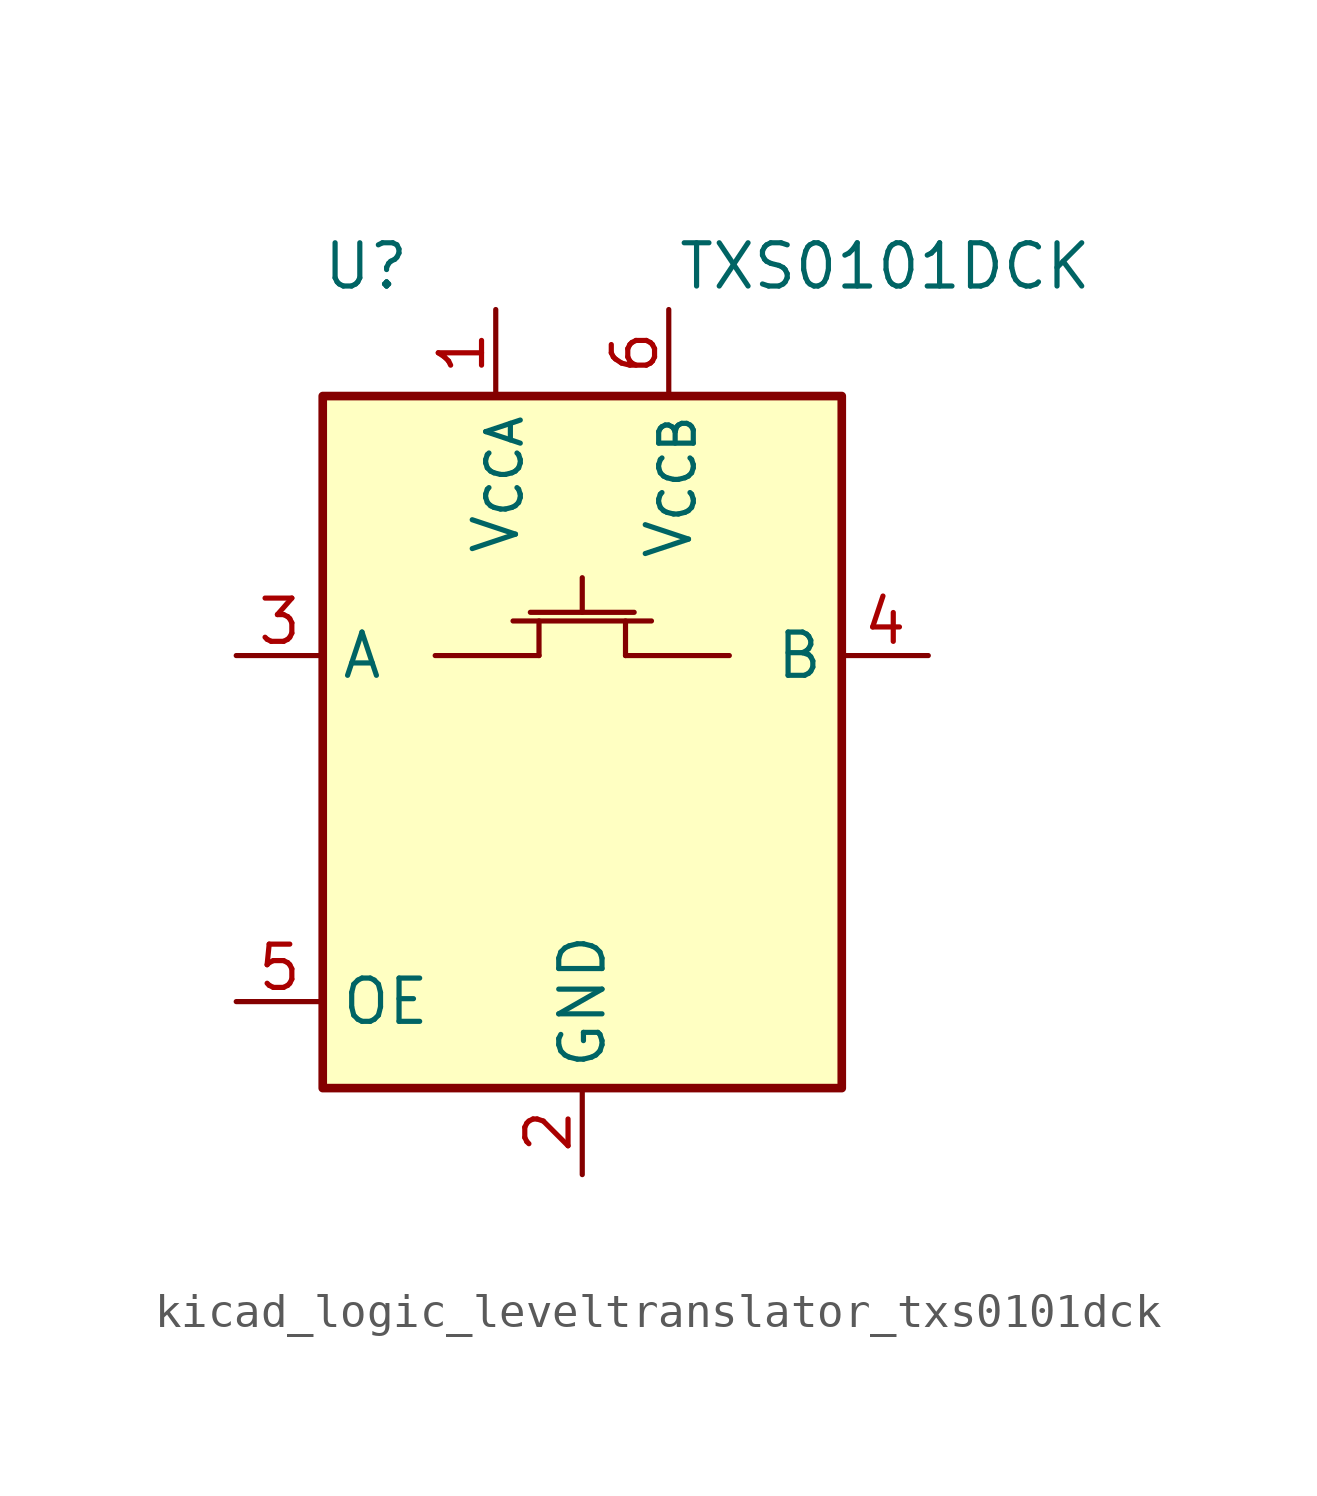
<source format=kicad_sym>
(kicad_symbol_lib
  (version 20220914)
  (generator kicad_symbol_editor)
  (symbol "kicad_logic_leveltranslator_txs0101dck"
    (property "Reference" "U"
      (at -6.35 13.97 0)
      (effects (font (size 1.27 1.27))))
    (property "Value" "TXS0101DCK"
      (at 8.89 13.97 0)
      (effects (font (size 1.27 1.27))))
    (symbol "kicad_logic_leveltranslator_txs0101dck_0_1"
      (rectangle (start -7.62 10.16) (end 7.62 -10.16) (stroke (width 0.254) (type default)) (fill (type background))))
    (symbol "kicad_logic_leveltranslator_txs0101dck_1_1"
      (polyline (pts (xy -4.318 2.54) (xy -1.27 2.54)) (stroke (width 0) (type default)) (fill (type none)))
      (polyline (pts (xy -2.032 3.556) (xy 2.032 3.556)) (stroke (width 0) (type default)) (fill (type none)))
      (polyline (pts (xy -1.524 3.81) (xy 1.524 3.81)) (stroke (width 0) (type default)) (fill (type none)))
      (polyline (pts (xy -1.27 2.54) (xy -1.27 3.556)) (stroke (width 0) (type default)) (fill (type none)))
      (polyline (pts (xy 0 3.81) (xy 0 4.826)) (stroke (width 0) (type default)) (fill (type none)))
      (polyline (pts (xy 1.27 2.54) (xy 1.27 3.556)) (stroke (width 0) (type default)) (fill (type none)))
      (polyline (pts (xy 4.318 2.54) (xy 1.27 2.54)) (stroke (width 0) (type default)) (fill (type none)))
      (pin power_in line (at -2.54 12.7 270) (length 2.54) (name "V_{CCA}" (effects (font (size 1.27 1.27)))) (number "1" (effects (font (size 1.27 1.27)))))
      (pin power_in line (at 0 -12.7 90) (length 2.54) (name "GND" (effects (font (size 1.27 1.27)))) (number "2" (effects (font (size 1.27 1.27)))))
      (pin bidirectional line (at -10.16 2.54 0) (length 2.54) (name "A" (effects (font (size 1.27 1.27)))) (number "3" (effects (font (size 1.27 1.27)))))
      (pin bidirectional line (at 10.16 2.54 180) (length 2.54) (name "B" (effects (font (size 1.27 1.27)))) (number "4" (effects (font (size 1.27 1.27)))))
      (pin input line (at -10.16 -7.62 0) (length 2.54) (name "OE" (effects (font (size 1.27 1.27)))) (number "5" (effects (font (size 1.27 1.27)))))
      (pin power_in line (at 2.54 12.7 270) (length 2.54) (name "V_{CCB}" (effects (font (size 1.27 1.27)))) (number "6" (effects (font (size 1.27 1.27))))))))
</source>
